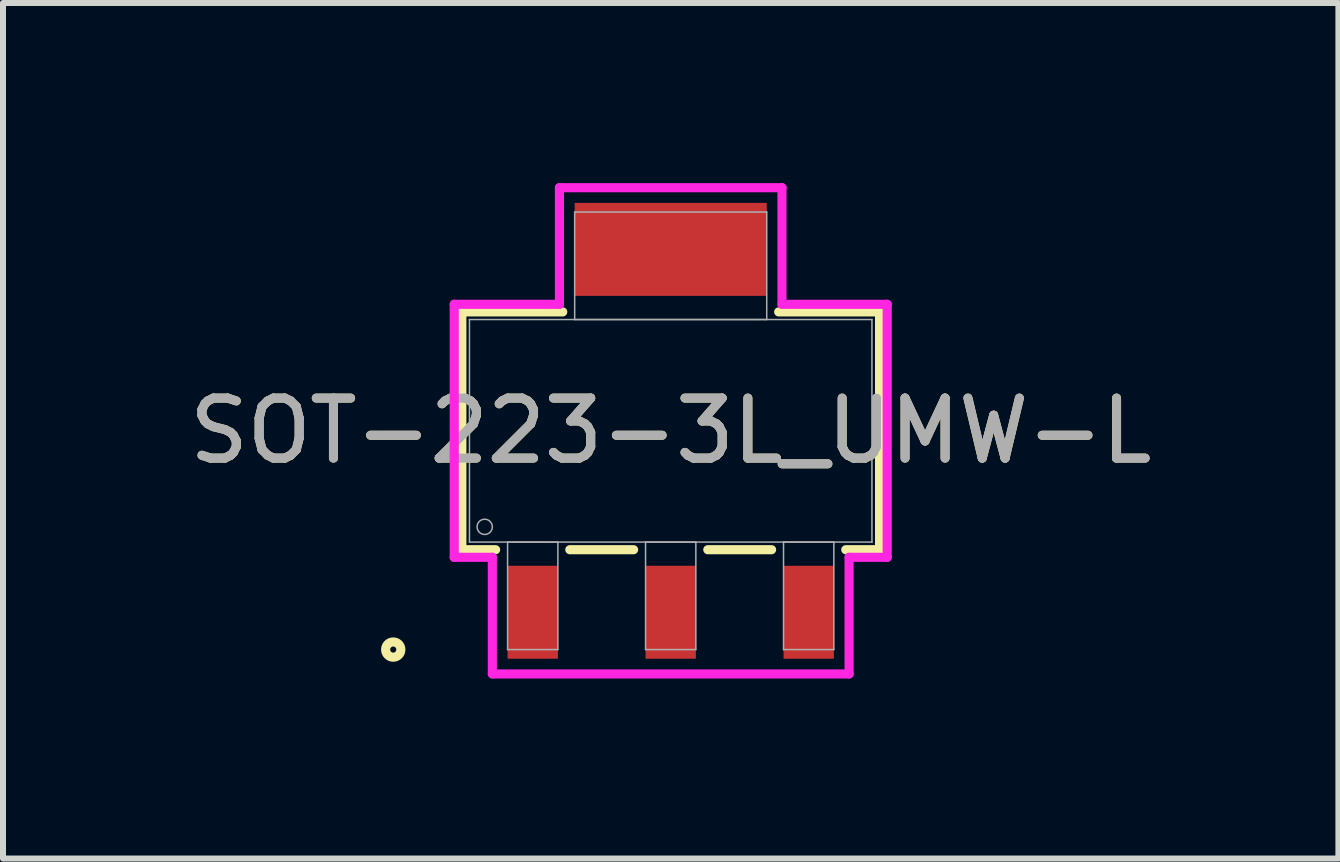
<source format=kicad_pcb>
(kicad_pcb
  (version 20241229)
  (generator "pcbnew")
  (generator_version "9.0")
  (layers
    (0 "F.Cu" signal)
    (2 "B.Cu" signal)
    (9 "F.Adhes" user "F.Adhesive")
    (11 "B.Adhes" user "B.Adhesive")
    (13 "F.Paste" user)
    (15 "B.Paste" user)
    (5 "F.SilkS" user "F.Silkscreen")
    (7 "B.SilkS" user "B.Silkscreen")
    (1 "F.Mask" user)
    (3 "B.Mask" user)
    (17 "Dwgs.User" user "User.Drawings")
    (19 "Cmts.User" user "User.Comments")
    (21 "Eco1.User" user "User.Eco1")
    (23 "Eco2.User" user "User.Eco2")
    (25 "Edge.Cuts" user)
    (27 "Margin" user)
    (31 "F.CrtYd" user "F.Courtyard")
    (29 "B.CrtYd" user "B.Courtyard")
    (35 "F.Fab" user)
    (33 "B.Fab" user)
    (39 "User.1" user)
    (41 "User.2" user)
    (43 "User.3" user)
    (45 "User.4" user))
  (footprint "SOT-223-3L_UMW-L"
    (layer "F.Cu")
    (at 8.125 4.128)
    (property "Reference" "SOT-223-3L_UMW-L" (at 0 0 0) (unlocked yes) (layer "F.SilkS") (effects (font (size 1 1) (thickness 0.15))))
    (attr smd)
    (fp_line (start -3.48 -1.981) (end -3.48 1.981) (stroke (width 0.152) (type solid)) (layer "F.SilkS"))
    (fp_line (start -3.48 1.981) (end -2.917 1.981) (stroke (width 0.152) (type solid)) (layer "F.SilkS"))
    (fp_line (start -1.799 -1.981) (end -3.48 -1.981) (stroke (width 0.152) (type solid)) (layer "F.SilkS"))
    (fp_line (start -1.681 1.981) (end -0.618 1.981) (stroke (width 0.152) (type solid)) (layer "F.SilkS"))
    (fp_line (start 0.618 1.981) (end 1.681 1.981) (stroke (width 0.152) (type solid)) (layer "F.SilkS"))
    (fp_line (start 2.917 1.981) (end 3.48 1.981) (stroke (width 0.152) (type solid)) (layer "F.SilkS"))
    (fp_line (start 3.48 -1.981) (end 1.799 -1.981) (stroke (width 0.152) (type solid)) (layer "F.SilkS"))
    (fp_line (start 3.48 1.981) (end 3.48 -1.981) (stroke (width 0.152) (type solid)) (layer "F.SilkS"))
    (fp_circle (center -4.623 3.645) (end -4.496 3.645) (stroke (width 0.152) (type solid)) (fill no) (layer "F.SilkS"))
    (fp_line (start -3.607 -2.108) (end -1.854 -2.108) (stroke (width 0.152) (type solid)) (layer "F.CrtYd"))
    (fp_line (start -3.607 2.108) (end -3.607 -2.108) (stroke (width 0.152) (type solid)) (layer "F.CrtYd"))
    (fp_line (start -2.972 2.108) (end -3.607 2.108) (stroke (width 0.152) (type solid)) (layer "F.CrtYd"))
    (fp_line (start -2.972 4.051) (end -2.972 2.108) (stroke (width 0.152) (type solid)) (layer "F.CrtYd"))
    (fp_line (start -1.854 -4.051) (end 1.854 -4.051) (stroke (width 0.152) (type solid)) (layer "F.CrtYd"))
    (fp_line (start -1.854 -2.108) (end -1.854 -4.051) (stroke (width 0.152) (type solid)) (layer "F.CrtYd"))
    (fp_line (start 1.854 -4.051) (end 1.854 -2.108) (stroke (width 0.152) (type solid)) (layer "F.CrtYd"))
    (fp_line (start 1.854 -2.108) (end 3.607 -2.108) (stroke (width 0.152) (type solid)) (layer "F.CrtYd"))
    (fp_line (start 2.972 2.108) (end 2.972 4.051) (stroke (width 0.152) (type solid)) (layer "F.CrtYd"))
    (fp_line (start 2.972 4.051) (end -2.972 4.051) (stroke (width 0.152) (type solid)) (layer "F.CrtYd"))
    (fp_line (start 3.607 -2.108) (end 3.607 2.108) (stroke (width 0.152) (type solid)) (layer "F.CrtYd"))
    (fp_line (start 3.607 2.108) (end 2.972 2.108) (stroke (width 0.152) (type solid)) (layer "F.CrtYd"))
    (fp_line (start -3.353 -1.854) (end -3.353 1.854) (stroke (width 0.025) (type solid)) (layer "F.Fab"))
    (fp_line (start -3.353 1.854) (end 3.353 1.854) (stroke (width 0.025) (type solid)) (layer "F.Fab"))
    (fp_line (start -2.718 1.854) (end -2.718 3.645) (stroke (width 0.025) (type solid)) (layer "F.Fab"))
    (fp_line (start -2.718 3.645) (end -1.88 3.645) (stroke (width 0.025) (type solid)) (layer "F.Fab"))
    (fp_line (start -1.88 1.854) (end -2.718 1.854) (stroke (width 0.025) (type solid)) (layer "F.Fab"))
    (fp_line (start -1.88 3.645) (end -1.88 1.854) (stroke (width 0.025) (type solid)) (layer "F.Fab"))
    (fp_line (start -1.6 -3.645) (end -1.6 -1.854) (stroke (width 0.025) (type solid)) (layer "F.Fab"))
    (fp_line (start -1.6 -1.854) (end 1.6 -1.854) (stroke (width 0.025) (type solid)) (layer "F.Fab"))
    (fp_line (start -0.419 1.854) (end -0.419 3.645) (stroke (width 0.025) (type solid)) (layer "F.Fab"))
    (fp_line (start -0.419 3.645) (end 0.419 3.645) (stroke (width 0.025) (type solid)) (layer "F.Fab"))
    (fp_line (start 0.419 1.854) (end -0.419 1.854) (stroke (width 0.025) (type solid)) (layer "F.Fab"))
    (fp_line (start 0.419 3.645) (end 0.419 1.854) (stroke (width 0.025) (type solid)) (layer "F.Fab"))
    (fp_line (start 1.6 -3.645) (end -1.6 -3.645) (stroke (width 0.025) (type solid)) (layer "F.Fab"))
    (fp_line (start 1.6 -1.854) (end 1.6 -3.645) (stroke (width 0.025) (type solid)) (layer "F.Fab"))
    (fp_line (start 1.88 1.854) (end 1.88 3.645) (stroke (width 0.025) (type solid)) (layer "F.Fab"))
    (fp_line (start 1.88 3.645) (end 2.718 3.645) (stroke (width 0.025) (type solid)) (layer "F.Fab"))
    (fp_line (start 2.718 1.854) (end 1.88 1.854) (stroke (width 0.025) (type solid)) (layer "F.Fab"))
    (fp_line (start 2.718 3.645) (end 2.718 1.854) (stroke (width 0.025) (type solid)) (layer "F.Fab"))
    (fp_line (start 3.353 -1.854) (end -3.353 -1.854) (stroke (width 0.025) (type solid)) (layer "F.Fab"))
    (fp_line (start 3.353 1.854) (end 3.353 -1.854) (stroke (width 0.025) (type solid)) (layer "F.Fab"))
    (fp_circle (center -3.099 1.6) (end -2.972 1.6) (stroke (width 0.025) (type solid)) (fill no) (layer "F.Fab"))
    (fp_text user "${REFERENCE}" (at 0 0 0) (unlocked yes) (layer "F.Fab") (effects (font (size 1 1) (thickness 0.15))))
    (pad "1" smd rect (at -2.299 3.023) (size 0.838 1.549) (layers "F.Cu" "F.Mask" "F.Paste"))
    (pad "2" smd rect (at 0 3.023) (size 0.838 1.549) (layers "F.Cu" "F.Mask" "F.Paste"))
    (pad "3" smd rect (at 2.299 3.023) (size 0.838 1.549) (layers "F.Cu" "F.Mask" "F.Paste"))
    (pad "4" smd rect (at 0 -3.023) (size 3.2 1.549) (layers "F.Cu" "F.Mask" "F.Paste")))
  (gr_rect
    (start -3 -3)
    (end 19.25 11.255)
    (stroke (width 0.1) (type default))
    (fill no)
    (layer "Edge.Cuts")))
</source>
